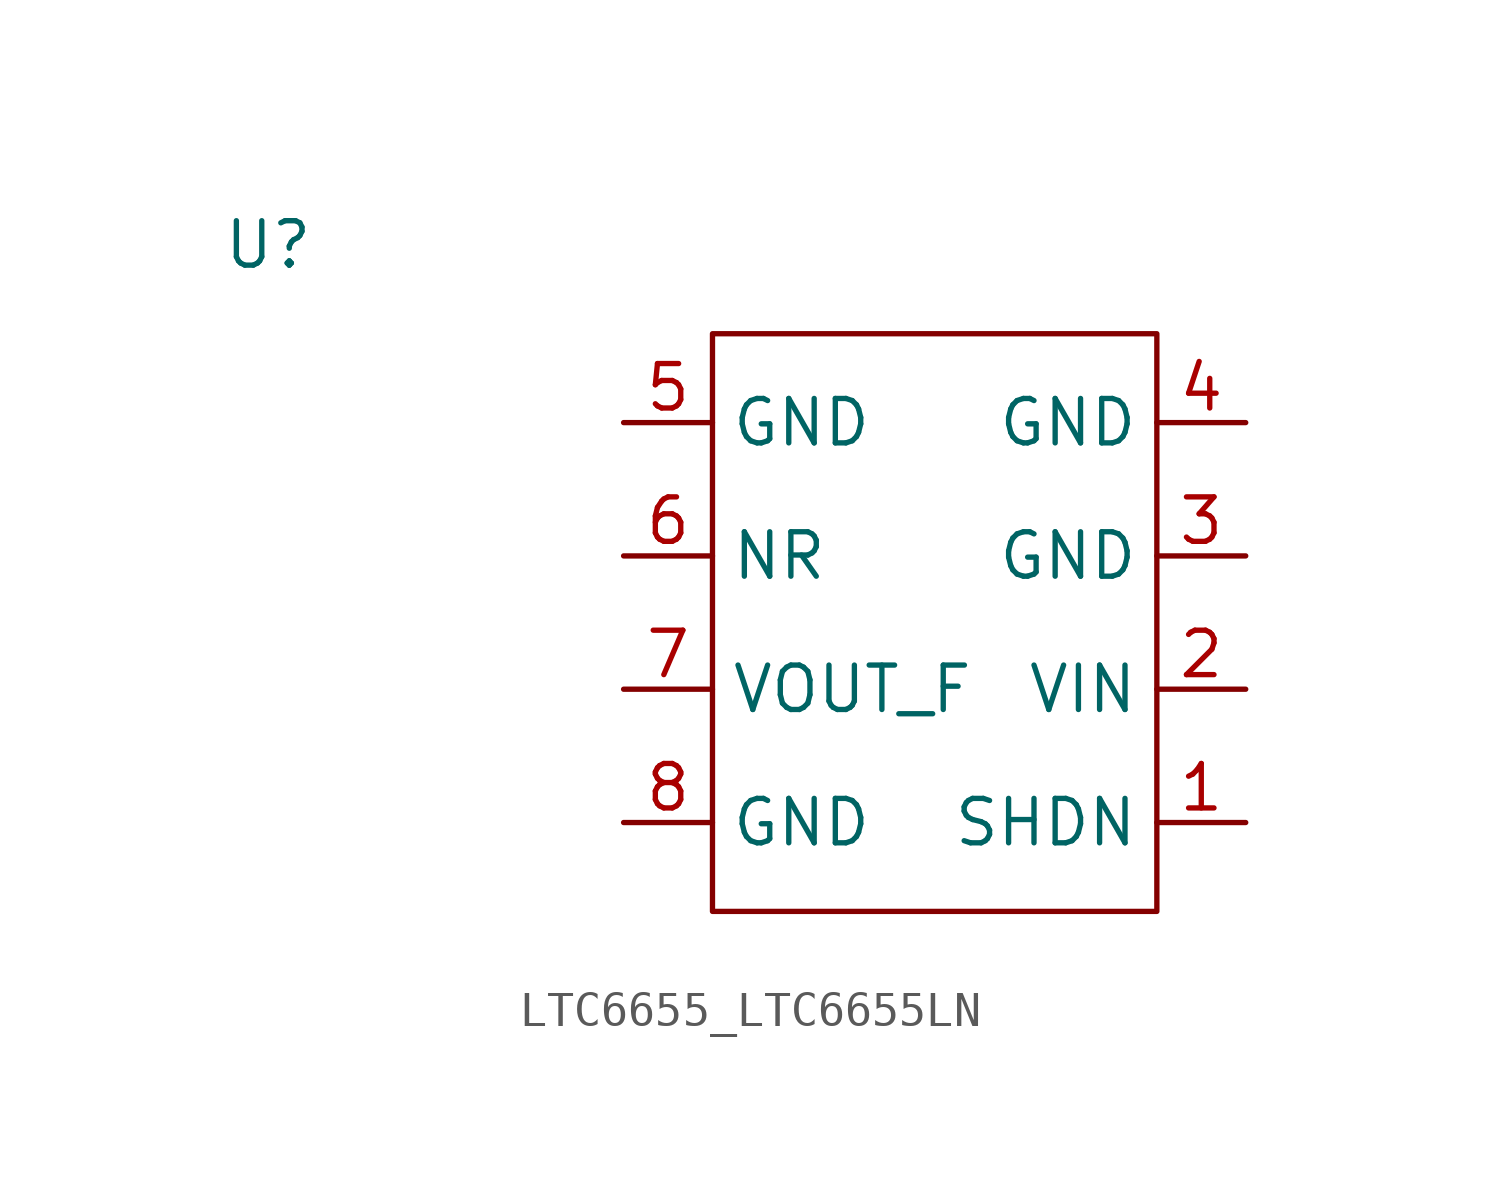
<source format=kicad_sym>
(kicad_symbol_lib
  (version 20241209)
  (generator "kicad_symbol_editor")
  (generator_version "9.0")
  (symbol "LTC6655_LTC6655LN"
    (property "Reference" "U"
      (at -19.05 11.43 0)
      (effects (font (size 1.27 1.27))))
    (property "Value" ""
      (at -0.635 0.635 0)
      (effects (font (size 1.27 1.27))))
    (symbol "LTC6655_LTC6655LN_0_1"
      (rectangle (start -6.35 -7.62) (end 6.35 8.89) (stroke (width 0) (type default)) (fill (type none))))
    (symbol "LTC6655_LTC6655LN_1_1"
      (pin passive line (at -8.89 6.35 0) (length 2.54) (name "GND" (effects (font (size 1.27 1.27)))) (number "5" (effects (font (size 1.27 1.27)))))
      (pin output line (at -8.89 2.54 0) (length 2.54) (name "NR" (effects (font (size 1.27 1.27)))) (number "6" (effects (font (size 1.27 1.27)))))
      (pin output line (at -8.89 -1.27 0) (length 2.54) (name "VOUT_F" (effects (font (size 1.27 1.27)))) (number "7" (effects (font (size 1.27 1.27)))))
      (pin passive line (at -8.89 -5.08 0) (length 2.54) (name "GND" (effects (font (size 1.27 1.27)))) (number "8" (effects (font (size 1.27 1.27)))))
      (pin passive line (at 8.89 6.35 180) (length 2.54) (name "GND" (effects (font (size 1.27 1.27)))) (number "4" (effects (font (size 1.27 1.27)))))
      (pin passive line (at 8.89 2.54 180) (length 2.54) (name "GND" (effects (font (size 1.27 1.27)))) (number "3" (effects (font (size 1.27 1.27)))))
      (pin input line (at 8.89 -1.27 180) (length 2.54) (name "VIN" (effects (font (size 1.27 1.27)))) (number "2" (effects (font (size 1.27 1.27)))))
      (pin input line (at 8.89 -5.08 180) (length 2.54) (name "SHDN" (effects (font (size 1.27 1.27)))) (number "1" (effects (font (size 1.27 1.27))))))))
</source>
